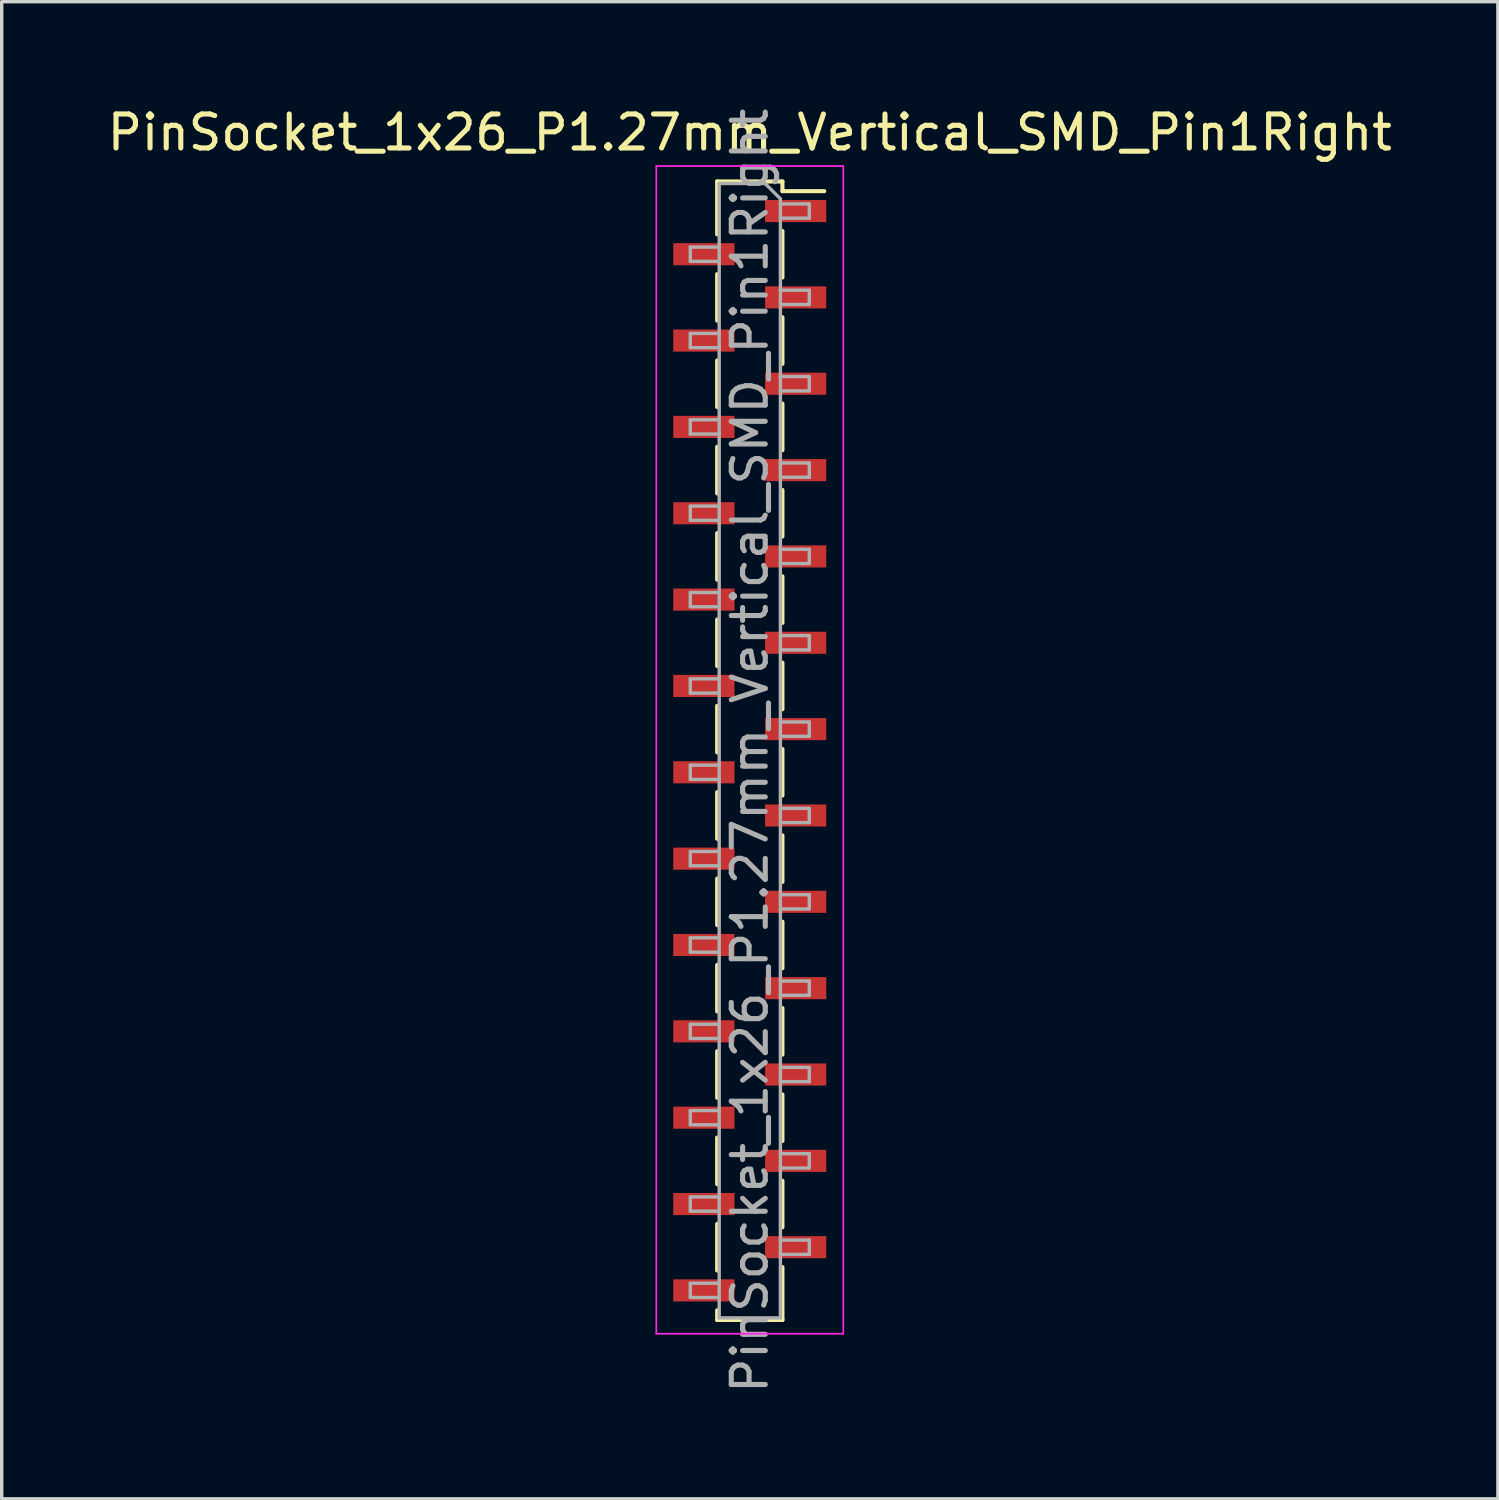
<source format=kicad_pcb>
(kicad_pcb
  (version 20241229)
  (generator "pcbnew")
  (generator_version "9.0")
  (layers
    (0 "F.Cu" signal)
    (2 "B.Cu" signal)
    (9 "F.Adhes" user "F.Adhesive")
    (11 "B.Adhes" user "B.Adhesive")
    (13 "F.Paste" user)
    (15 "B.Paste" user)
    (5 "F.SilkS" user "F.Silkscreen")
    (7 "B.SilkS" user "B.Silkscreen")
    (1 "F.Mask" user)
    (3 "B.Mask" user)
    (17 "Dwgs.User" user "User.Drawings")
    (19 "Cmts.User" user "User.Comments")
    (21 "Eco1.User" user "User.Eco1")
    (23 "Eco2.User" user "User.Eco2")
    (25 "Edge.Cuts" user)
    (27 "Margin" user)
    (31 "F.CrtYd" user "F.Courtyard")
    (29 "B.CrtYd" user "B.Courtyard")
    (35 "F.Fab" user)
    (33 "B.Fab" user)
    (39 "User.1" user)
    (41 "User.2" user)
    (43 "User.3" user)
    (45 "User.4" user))
  (footprint "PinSocket_1x26_P1.27mm_Vertical_SMD_Pin1Right"
    (layer "F.Cu")
    (at 19.006 19.033)
    (property "Reference" "PinSocket_1x26_P1.27mm_Vertical_SMD_Pin1Right" (at 0 -18.185 0) (layer "F.SilkS") (effects (font (size 1 1) (thickness 0.15))))
    (attr smd)
    (fp_line (start -0.96 -16.745) (end -0.96 -15.19) (stroke (width 0.12) (type solid)) (layer "F.SilkS"))
    (fp_line (start -0.96 -16.745) (end 0.96 -16.745) (stroke (width 0.12) (type solid)) (layer "F.SilkS"))
    (fp_line (start -0.96 -14.02) (end -0.96 -12.65) (stroke (width 0.12) (type solid)) (layer "F.SilkS"))
    (fp_line (start -0.96 -11.48) (end -0.96 -10.11) (stroke (width 0.12) (type solid)) (layer "F.SilkS"))
    (fp_line (start -0.96 -8.94) (end -0.96 -7.57) (stroke (width 0.12) (type solid)) (layer "F.SilkS"))
    (fp_line (start -0.96 -6.4) (end -0.96 -5.03) (stroke (width 0.12) (type solid)) (layer "F.SilkS"))
    (fp_line (start -0.96 -3.86) (end -0.96 -2.49) (stroke (width 0.12) (type solid)) (layer "F.SilkS"))
    (fp_line (start -0.96 -1.32) (end -0.96 0.05) (stroke (width 0.12) (type solid)) (layer "F.SilkS"))
    (fp_line (start -0.96 1.22) (end -0.96 2.59) (stroke (width 0.12) (type solid)) (layer "F.SilkS"))
    (fp_line (start -0.96 3.76) (end -0.96 5.13) (stroke (width 0.12) (type solid)) (layer "F.SilkS"))
    (fp_line (start -0.96 6.3) (end -0.96 7.67) (stroke (width 0.12) (type solid)) (layer "F.SilkS"))
    (fp_line (start -0.96 8.84) (end -0.96 10.21) (stroke (width 0.12) (type solid)) (layer "F.SilkS"))
    (fp_line (start -0.96 11.38) (end -0.96 12.75) (stroke (width 0.12) (type solid)) (layer "F.SilkS"))
    (fp_line (start -0.96 13.92) (end -0.96 15.29) (stroke (width 0.12) (type solid)) (layer "F.SilkS"))
    (fp_line (start -0.96 16.46) (end -0.96 16.745) (stroke (width 0.12) (type solid)) (layer "F.SilkS"))
    (fp_line (start -0.96 16.745) (end 0.96 16.745) (stroke (width 0.12) (type solid)) (layer "F.SilkS"))
    (fp_line (start 0.96 -16.745) (end 0.96 -16.46) (stroke (width 0.12) (type solid)) (layer "F.SilkS"))
    (fp_line (start 0.96 -16.46) (end 2.19 -16.46) (stroke (width 0.12) (type solid)) (layer "F.SilkS"))
    (fp_line (start 0.96 -15.29) (end 0.96 -13.92) (stroke (width 0.12) (type solid)) (layer "F.SilkS"))
    (fp_line (start 0.96 -12.75) (end 0.96 -11.38) (stroke (width 0.12) (type solid)) (layer "F.SilkS"))
    (fp_line (start 0.96 -10.21) (end 0.96 -8.84) (stroke (width 0.12) (type solid)) (layer "F.SilkS"))
    (fp_line (start 0.96 -7.67) (end 0.96 -6.3) (stroke (width 0.12) (type solid)) (layer "F.SilkS"))
    (fp_line (start 0.96 -5.13) (end 0.96 -3.76) (stroke (width 0.12) (type solid)) (layer "F.SilkS"))
    (fp_line (start 0.96 -2.59) (end 0.96 -1.22) (stroke (width 0.12) (type solid)) (layer "F.SilkS"))
    (fp_line (start 0.96 -0.05) (end 0.96 1.32) (stroke (width 0.12) (type solid)) (layer "F.SilkS"))
    (fp_line (start 0.96 2.49) (end 0.96 3.86) (stroke (width 0.12) (type solid)) (layer "F.SilkS"))
    (fp_line (start 0.96 5.03) (end 0.96 6.4) (stroke (width 0.12) (type solid)) (layer "F.SilkS"))
    (fp_line (start 0.96 7.57) (end 0.96 8.94) (stroke (width 0.12) (type solid)) (layer "F.SilkS"))
    (fp_line (start 0.96 10.11) (end 0.96 11.48) (stroke (width 0.12) (type solid)) (layer "F.SilkS"))
    (fp_line (start 0.96 12.65) (end 0.96 14.02) (stroke (width 0.12) (type solid)) (layer "F.SilkS"))
    (fp_line (start 0.96 15.19) (end 0.96 16.745) (stroke (width 0.12) (type solid)) (layer "F.SilkS"))
    (fp_line (start -2.75 -17.2) (end 2.75 -17.2) (stroke (width 0.05) (type solid)) (layer "F.CrtYd"))
    (fp_line (start -2.75 17.15) (end -2.75 -17.2) (stroke (width 0.05) (type solid)) (layer "F.CrtYd"))
    (fp_line (start 2.75 -17.2) (end 2.75 17.15) (stroke (width 0.05) (type solid)) (layer "F.CrtYd"))
    (fp_line (start 2.75 17.15) (end -2.75 17.15) (stroke (width 0.05) (type solid)) (layer "F.CrtYd"))
    (fp_line (start -1.75 -14.815) (end -0.9 -14.815) (stroke (width 0.1) (type solid)) (layer "F.Fab"))
    (fp_line (start -1.75 -14.395) (end -1.75 -14.815) (stroke (width 0.1) (type solid)) (layer "F.Fab"))
    (fp_line (start -1.75 -12.275) (end -0.9 -12.275) (stroke (width 0.1) (type solid)) (layer "F.Fab"))
    (fp_line (start -1.75 -11.855) (end -1.75 -12.275) (stroke (width 0.1) (type solid)) (layer "F.Fab"))
    (fp_line (start -1.75 -9.735) (end -0.9 -9.735) (stroke (width 0.1) (type solid)) (layer "F.Fab"))
    (fp_line (start -1.75 -9.315) (end -1.75 -9.735) (stroke (width 0.1) (type solid)) (layer "F.Fab"))
    (fp_line (start -1.75 -7.195) (end -0.9 -7.195) (stroke (width 0.1) (type solid)) (layer "F.Fab"))
    (fp_line (start -1.75 -6.775) (end -1.75 -7.195) (stroke (width 0.1) (type solid)) (layer "F.Fab"))
    (fp_line (start -1.75 -4.655) (end -0.9 -4.655) (stroke (width 0.1) (type solid)) (layer "F.Fab"))
    (fp_line (start -1.75 -4.235) (end -1.75 -4.655) (stroke (width 0.1) (type solid)) (layer "F.Fab"))
    (fp_line (start -1.75 -2.115) (end -0.9 -2.115) (stroke (width 0.1) (type solid)) (layer "F.Fab"))
    (fp_line (start -1.75 -1.695) (end -1.75 -2.115) (stroke (width 0.1) (type solid)) (layer "F.Fab"))
    (fp_line (start -1.75 0.425) (end -0.9 0.425) (stroke (width 0.1) (type solid)) (layer "F.Fab"))
    (fp_line (start -1.75 0.845) (end -1.75 0.425) (stroke (width 0.1) (type solid)) (layer "F.Fab"))
    (fp_line (start -1.75 2.965) (end -0.9 2.965) (stroke (width 0.1) (type solid)) (layer "F.Fab"))
    (fp_line (start -1.75 3.385) (end -1.75 2.965) (stroke (width 0.1) (type solid)) (layer "F.Fab"))
    (fp_line (start -1.75 5.505) (end -0.9 5.505) (stroke (width 0.1) (type solid)) (layer "F.Fab"))
    (fp_line (start -1.75 5.925) (end -1.75 5.505) (stroke (width 0.1) (type solid)) (layer "F.Fab"))
    (fp_line (start -1.75 8.045) (end -0.9 8.045) (stroke (width 0.1) (type solid)) (layer "F.Fab"))
    (fp_line (start -1.75 8.465) (end -1.75 8.045) (stroke (width 0.1) (type solid)) (layer "F.Fab"))
    (fp_line (start -1.75 10.585) (end -0.9 10.585) (stroke (width 0.1) (type solid)) (layer "F.Fab"))
    (fp_line (start -1.75 11.005) (end -1.75 10.585) (stroke (width 0.1) (type solid)) (layer "F.Fab"))
    (fp_line (start -1.75 13.125) (end -0.9 13.125) (stroke (width 0.1) (type solid)) (layer "F.Fab"))
    (fp_line (start -1.75 13.545) (end -1.75 13.125) (stroke (width 0.1) (type solid)) (layer "F.Fab"))
    (fp_line (start -1.75 15.665) (end -0.9 15.665) (stroke (width 0.1) (type solid)) (layer "F.Fab"))
    (fp_line (start -1.75 16.085) (end -1.75 15.665) (stroke (width 0.1) (type solid)) (layer "F.Fab"))
    (fp_line (start -0.9 -16.685) (end 0.45 -16.685) (stroke (width 0.1) (type solid)) (layer "F.Fab"))
    (fp_line (start -0.9 -14.395) (end -1.75 -14.395) (stroke (width 0.1) (type solid)) (layer "F.Fab"))
    (fp_line (start -0.9 -11.855) (end -1.75 -11.855) (stroke (width 0.1) (type solid)) (layer "F.Fab"))
    (fp_line (start -0.9 -9.315) (end -1.75 -9.315) (stroke (width 0.1) (type solid)) (layer "F.Fab"))
    (fp_line (start -0.9 -6.775) (end -1.75 -6.775) (stroke (width 0.1) (type solid)) (layer "F.Fab"))
    (fp_line (start -0.9 -4.235) (end -1.75 -4.235) (stroke (width 0.1) (type solid)) (layer "F.Fab"))
    (fp_line (start -0.9 -1.695) (end -1.75 -1.695) (stroke (width 0.1) (type solid)) (layer "F.Fab"))
    (fp_line (start -0.9 0.845) (end -1.75 0.845) (stroke (width 0.1) (type solid)) (layer "F.Fab"))
    (fp_line (start -0.9 3.385) (end -1.75 3.385) (stroke (width 0.1) (type solid)) (layer "F.Fab"))
    (fp_line (start -0.9 5.925) (end -1.75 5.925) (stroke (width 0.1) (type solid)) (layer "F.Fab"))
    (fp_line (start -0.9 8.465) (end -1.75 8.465) (stroke (width 0.1) (type solid)) (layer "F.Fab"))
    (fp_line (start -0.9 11.005) (end -1.75 11.005) (stroke (width 0.1) (type solid)) (layer "F.Fab"))
    (fp_line (start -0.9 13.545) (end -1.75 13.545) (stroke (width 0.1) (type solid)) (layer "F.Fab"))
    (fp_line (start -0.9 16.085) (end -1.75 16.085) (stroke (width 0.1) (type solid)) (layer "F.Fab"))
    (fp_line (start -0.9 16.685) (end -0.9 -16.685) (stroke (width 0.1) (type solid)) (layer "F.Fab"))
    (fp_line (start 0.45 -16.685) (end 0.9 -16.235) (stroke (width 0.1) (type solid)) (layer "F.Fab"))
    (fp_line (start 0.9 -16.235) (end 0.9 16.685) (stroke (width 0.1) (type solid)) (layer "F.Fab"))
    (fp_line (start 0.9 -16.085) (end 1.75 -16.085) (stroke (width 0.1) (type solid)) (layer "F.Fab"))
    (fp_line (start 0.9 -13.545) (end 1.75 -13.545) (stroke (width 0.1) (type solid)) (layer "F.Fab"))
    (fp_line (start 0.9 -11.005) (end 1.75 -11.005) (stroke (width 0.1) (type solid)) (layer "F.Fab"))
    (fp_line (start 0.9 -8.465) (end 1.75 -8.465) (stroke (width 0.1) (type solid)) (layer "F.Fab"))
    (fp_line (start 0.9 -5.925) (end 1.75 -5.925) (stroke (width 0.1) (type solid)) (layer "F.Fab"))
    (fp_line (start 0.9 -3.385) (end 1.75 -3.385) (stroke (width 0.1) (type solid)) (layer "F.Fab"))
    (fp_line (start 0.9 -0.845) (end 1.75 -0.845) (stroke (width 0.1) (type solid)) (layer "F.Fab"))
    (fp_line (start 0.9 1.695) (end 1.75 1.695) (stroke (width 0.1) (type solid)) (layer "F.Fab"))
    (fp_line (start 0.9 4.235) (end 1.75 4.235) (stroke (width 0.1) (type solid)) (layer "F.Fab"))
    (fp_line (start 0.9 6.775) (end 1.75 6.775) (stroke (width 0.1) (type solid)) (layer "F.Fab"))
    (fp_line (start 0.9 9.315) (end 1.75 9.315) (stroke (width 0.1) (type solid)) (layer "F.Fab"))
    (fp_line (start 0.9 11.855) (end 1.75 11.855) (stroke (width 0.1) (type solid)) (layer "F.Fab"))
    (fp_line (start 0.9 14.395) (end 1.75 14.395) (stroke (width 0.1) (type solid)) (layer "F.Fab"))
    (fp_line (start 0.9 16.685) (end -0.9 16.685) (stroke (width 0.1) (type solid)) (layer "F.Fab"))
    (fp_line (start 1.75 -16.085) (end 1.75 -15.665) (stroke (width 0.1) (type solid)) (layer "F.Fab"))
    (fp_line (start 1.75 -15.665) (end 0.9 -15.665) (stroke (width 0.1) (type solid)) (layer "F.Fab"))
    (fp_line (start 1.75 -13.545) (end 1.75 -13.125) (stroke (width 0.1) (type solid)) (layer "F.Fab"))
    (fp_line (start 1.75 -13.125) (end 0.9 -13.125) (stroke (width 0.1) (type solid)) (layer "F.Fab"))
    (fp_line (start 1.75 -11.005) (end 1.75 -10.585) (stroke (width 0.1) (type solid)) (layer "F.Fab"))
    (fp_line (start 1.75 -10.585) (end 0.9 -10.585) (stroke (width 0.1) (type solid)) (layer "F.Fab"))
    (fp_line (start 1.75 -8.465) (end 1.75 -8.045) (stroke (width 0.1) (type solid)) (layer "F.Fab"))
    (fp_line (start 1.75 -8.045) (end 0.9 -8.045) (stroke (width 0.1) (type solid)) (layer "F.Fab"))
    (fp_line (start 1.75 -5.925) (end 1.75 -5.505) (stroke (width 0.1) (type solid)) (layer "F.Fab"))
    (fp_line (start 1.75 -5.505) (end 0.9 -5.505) (stroke (width 0.1) (type solid)) (layer "F.Fab"))
    (fp_line (start 1.75 -3.385) (end 1.75 -2.965) (stroke (width 0.1) (type solid)) (layer "F.Fab"))
    (fp_line (start 1.75 -2.965) (end 0.9 -2.965) (stroke (width 0.1) (type solid)) (layer "F.Fab"))
    (fp_line (start 1.75 -0.845) (end 1.75 -0.425) (stroke (width 0.1) (type solid)) (layer "F.Fab"))
    (fp_line (start 1.75 -0.425) (end 0.9 -0.425) (stroke (width 0.1) (type solid)) (layer "F.Fab"))
    (fp_line (start 1.75 1.695) (end 1.75 2.115) (stroke (width 0.1) (type solid)) (layer "F.Fab"))
    (fp_line (start 1.75 2.115) (end 0.9 2.115) (stroke (width 0.1) (type solid)) (layer "F.Fab"))
    (fp_line (start 1.75 4.235) (end 1.75 4.655) (stroke (width 0.1) (type solid)) (layer "F.Fab"))
    (fp_line (start 1.75 4.655) (end 0.9 4.655) (stroke (width 0.1) (type solid)) (layer "F.Fab"))
    (fp_line (start 1.75 6.775) (end 1.75 7.195) (stroke (width 0.1) (type solid)) (layer "F.Fab"))
    (fp_line (start 1.75 7.195) (end 0.9 7.195) (stroke (width 0.1) (type solid)) (layer "F.Fab"))
    (fp_line (start 1.75 9.315) (end 1.75 9.735) (stroke (width 0.1) (type solid)) (layer "F.Fab"))
    (fp_line (start 1.75 9.735) (end 0.9 9.735) (stroke (width 0.1) (type solid)) (layer "F.Fab"))
    (fp_line (start 1.75 11.855) (end 1.75 12.275) (stroke (width 0.1) (type solid)) (layer "F.Fab"))
    (fp_line (start 1.75 12.275) (end 0.9 12.275) (stroke (width 0.1) (type solid)) (layer "F.Fab"))
    (fp_line (start 1.75 14.395) (end 1.75 14.815) (stroke (width 0.1) (type solid)) (layer "F.Fab"))
    (fp_line (start 1.75 14.815) (end 0.9 14.815) (stroke (width 0.1) (type solid)) (layer "F.Fab"))
    (fp_text user "${REFERENCE}" (at 0 0 90) (layer "F.Fab") (effects (font (size 1 1) (thickness 0.15))))
    (pad "1" smd rect (at 1.35 -15.875) (size 1.8 0.65) (layers "F.Cu" "F.Mask" "F.Paste"))
    (pad "2" smd rect (at -1.35 -14.605) (size 1.8 0.65) (layers "F.Cu" "F.Mask" "F.Paste"))
    (pad "3" smd rect (at 1.35 -13.335) (size 1.8 0.65) (layers "F.Cu" "F.Mask" "F.Paste"))
    (pad "4" smd rect (at -1.35 -12.065) (size 1.8 0.65) (layers "F.Cu" "F.Mask" "F.Paste"))
    (pad "5" smd rect (at 1.35 -10.795) (size 1.8 0.65) (layers "F.Cu" "F.Mask" "F.Paste"))
    (pad "6" smd rect (at -1.35 -9.525) (size 1.8 0.65) (layers "F.Cu" "F.Mask" "F.Paste"))
    (pad "7" smd rect (at 1.35 -8.255) (size 1.8 0.65) (layers "F.Cu" "F.Mask" "F.Paste"))
    (pad "8" smd rect (at -1.35 -6.985) (size 1.8 0.65) (layers "F.Cu" "F.Mask" "F.Paste"))
    (pad "9" smd rect (at 1.35 -5.715) (size 1.8 0.65) (layers "F.Cu" "F.Mask" "F.Paste"))
    (pad "10" smd rect (at -1.35 -4.445) (size 1.8 0.65) (layers "F.Cu" "F.Mask" "F.Paste"))
    (pad "11" smd rect (at 1.35 -3.175) (size 1.8 0.65) (layers "F.Cu" "F.Mask" "F.Paste"))
    (pad "12" smd rect (at -1.35 -1.905) (size 1.8 0.65) (layers "F.Cu" "F.Mask" "F.Paste"))
    (pad "13" smd rect (at 1.35 -0.635) (size 1.8 0.65) (layers "F.Cu" "F.Mask" "F.Paste"))
    (pad "14" smd rect (at -1.35 0.635) (size 1.8 0.65) (layers "F.Cu" "F.Mask" "F.Paste"))
    (pad "15" smd rect (at 1.35 1.905) (size 1.8 0.65) (layers "F.Cu" "F.Mask" "F.Paste"))
    (pad "16" smd rect (at -1.35 3.175) (size 1.8 0.65) (layers "F.Cu" "F.Mask" "F.Paste"))
    (pad "17" smd rect (at 1.35 4.445) (size 1.8 0.65) (layers "F.Cu" "F.Mask" "F.Paste"))
    (pad "18" smd rect (at -1.35 5.715) (size 1.8 0.65) (layers "F.Cu" "F.Mask" "F.Paste"))
    (pad "19" smd rect (at 1.35 6.985) (size 1.8 0.65) (layers "F.Cu" "F.Mask" "F.Paste"))
    (pad "20" smd rect (at -1.35 8.255) (size 1.8 0.65) (layers "F.Cu" "F.Mask" "F.Paste"))
    (pad "21" smd rect (at 1.35 9.525) (size 1.8 0.65) (layers "F.Cu" "F.Mask" "F.Paste"))
    (pad "22" smd rect (at -1.35 10.795) (size 1.8 0.65) (layers "F.Cu" "F.Mask" "F.Paste"))
    (pad "23" smd rect (at 1.35 12.065) (size 1.8 0.65) (layers "F.Cu" "F.Mask" "F.Paste"))
    (pad "24" smd rect (at -1.35 13.335) (size 1.8 0.65) (layers "F.Cu" "F.Mask" "F.Paste"))
    (pad "25" smd rect (at 1.35 14.605) (size 1.8 0.65) (layers "F.Cu" "F.Mask" "F.Paste"))
    (pad "26" smd rect (at -1.35 15.875) (size 1.8 0.65) (layers "F.Cu" "F.Mask" "F.Paste")))
  (gr_rect
    (start -3 -3)
    (end 41.012 41.039)
    (stroke (width 0.1) (type default))
    (fill no)
    (layer "Edge.Cuts")))
</source>
